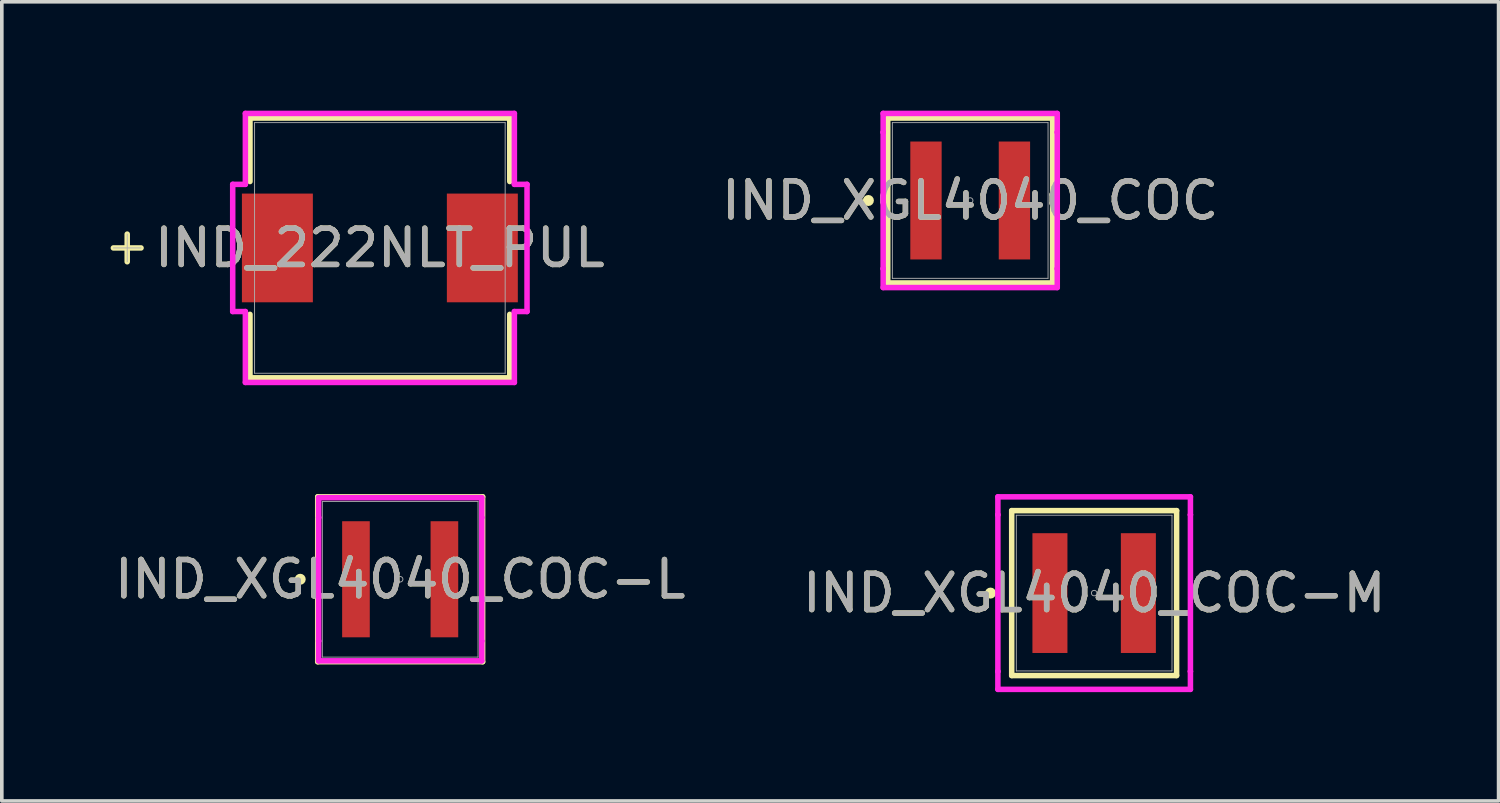
<source format=kicad_pcb>
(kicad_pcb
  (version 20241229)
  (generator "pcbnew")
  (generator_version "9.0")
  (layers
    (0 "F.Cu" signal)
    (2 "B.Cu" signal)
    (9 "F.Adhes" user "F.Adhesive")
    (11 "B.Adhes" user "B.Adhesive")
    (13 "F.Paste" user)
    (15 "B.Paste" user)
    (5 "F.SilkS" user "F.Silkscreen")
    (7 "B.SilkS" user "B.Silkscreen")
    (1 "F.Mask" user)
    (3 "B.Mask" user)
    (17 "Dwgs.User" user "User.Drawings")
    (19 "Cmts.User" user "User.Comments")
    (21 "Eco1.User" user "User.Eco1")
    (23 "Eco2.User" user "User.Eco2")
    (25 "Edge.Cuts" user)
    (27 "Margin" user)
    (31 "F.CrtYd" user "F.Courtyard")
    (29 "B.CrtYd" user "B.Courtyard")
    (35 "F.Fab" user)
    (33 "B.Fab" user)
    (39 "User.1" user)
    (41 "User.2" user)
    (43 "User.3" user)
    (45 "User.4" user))
  (footprint "IND_XGL4040_COC-L"
    (layer "F.Cu")
    (at 7.982 12.919)
    (property "Reference" "IND_XGL4040_COC-L" (at 0 0 0) (unlocked yes) (layer "F.SilkS") (effects (font (size 1 1) (thickness 0.15))))
    (attr smd)
    (fp_line (start -2.273 -2.273) (end -2.273 2.273) (stroke (width 0.152) (type solid)) (layer "F.SilkS"))
    (fp_line (start -2.273 2.273) (end 2.273 2.273) (stroke (width 0.152) (type solid)) (layer "F.SilkS"))
    (fp_line (start 2.273 -2.273) (end -2.273 -2.273) (stroke (width 0.152) (type solid)) (layer "F.SilkS"))
    (fp_line (start 2.273 2.273) (end 2.273 -2.273) (stroke (width 0.152) (type solid)) (layer "F.SilkS"))
    (fp_circle (center -2.756 0) (end -2.68 0) (stroke (width 0.152) (type solid)) (fill no) (layer "F.SilkS"))
    (fp_line (start -2.248 -2.248) (end 2.248 -2.248) (stroke (width 0.152) (type solid)) (layer "F.CrtYd"))
    (fp_line (start -2.248 -1.702) (end -2.248 -2.248) (stroke (width 0.152) (type solid)) (layer "F.CrtYd"))
    (fp_line (start -2.248 -1.702) (end -2.248 -1.702) (stroke (width 0.152) (type solid)) (layer "F.CrtYd"))
    (fp_line (start -2.248 1.702) (end -2.248 -1.702) (stroke (width 0.152) (type solid)) (layer "F.CrtYd"))
    (fp_line (start -2.248 1.702) (end -2.248 1.702) (stroke (width 0.152) (type solid)) (layer "F.CrtYd"))
    (fp_line (start -2.248 2.248) (end -2.248 1.702) (stroke (width 0.152) (type solid)) (layer "F.CrtYd"))
    (fp_line (start 2.248 -2.248) (end 2.248 -1.702) (stroke (width 0.152) (type solid)) (layer "F.CrtYd"))
    (fp_line (start 2.248 -1.702) (end 2.248 -1.702) (stroke (width 0.152) (type solid)) (layer "F.CrtYd"))
    (fp_line (start 2.248 -1.702) (end 2.248 1.702) (stroke (width 0.152) (type solid)) (layer "F.CrtYd"))
    (fp_line (start 2.248 1.702) (end 2.248 1.702) (stroke (width 0.152) (type solid)) (layer "F.CrtYd"))
    (fp_line (start 2.248 1.702) (end 2.248 2.248) (stroke (width 0.152) (type solid)) (layer "F.CrtYd"))
    (fp_line (start 2.248 2.248) (end -2.248 2.248) (stroke (width 0.152) (type solid)) (layer "F.CrtYd"))
    (fp_line (start -2.146 -2.146) (end -2.146 2.146) (stroke (width 0.025) (type solid)) (layer "F.Fab"))
    (fp_line (start -2.146 2.146) (end 2.146 2.146) (stroke (width 0.025) (type solid)) (layer "F.Fab"))
    (fp_line (start 2.146 -2.146) (end -2.146 -2.146) (stroke (width 0.025) (type solid)) (layer "F.Fab"))
    (fp_line (start 2.146 2.146) (end 2.146 -2.146) (stroke (width 0.025) (type solid)) (layer "F.Fab"))
    (fp_circle (center 0 0) (end 0.076 0) (stroke (width 0.025) (type solid)) (fill no) (layer "F.Fab"))
    (fp_text user "${REFERENCE}" (at 0 0 0) (unlocked yes) (layer "F.Fab") (effects (font (size 1 1) (thickness 0.15))))
    (pad "1" smd rect (at -1.219 0) (size 0.762 3.2) (layers "F.Cu" "F.Mask" "F.Paste"))
    (pad "2" smd rect (at 1.219 0) (size 0.762 3.2) (layers "F.Cu" "F.Mask" "F.Paste")))
  (footprint "IND_XGL4040_COC-M"
    (layer "F.Cu")
    (at 27.113 13.3)
    (property "Reference" "IND_XGL4040_COC-M" (at 0 0 0) (unlocked yes) (layer "F.SilkS") (effects (font (size 1 1) (thickness 0.15))))
    (attr smd)
    (fp_line (start -2.273 -2.273) (end -2.273 2.273) (stroke (width 0.152) (type solid)) (layer "F.SilkS"))
    (fp_line (start -2.273 2.273) (end 2.273 2.273) (stroke (width 0.152) (type solid)) (layer "F.SilkS"))
    (fp_line (start 2.273 -2.273) (end -2.273 -2.273) (stroke (width 0.152) (type solid)) (layer "F.SilkS"))
    (fp_line (start 2.273 2.273) (end 2.273 -2.273) (stroke (width 0.152) (type solid)) (layer "F.SilkS"))
    (fp_circle (center -2.857 0) (end -2.781 0) (stroke (width 0.152) (type solid)) (fill no) (layer "F.SilkS"))
    (fp_line (start -2.654 -2.654) (end 2.654 -2.654) (stroke (width 0.152) (type solid)) (layer "F.CrtYd"))
    (fp_line (start -2.654 -2.159) (end -2.654 -2.654) (stroke (width 0.152) (type solid)) (layer "F.CrtYd"))
    (fp_line (start -2.654 -2.159) (end -2.654 -2.159) (stroke (width 0.152) (type solid)) (layer "F.CrtYd"))
    (fp_line (start -2.654 2.159) (end -2.654 -2.159) (stroke (width 0.152) (type solid)) (layer "F.CrtYd"))
    (fp_line (start -2.654 2.159) (end -2.654 2.159) (stroke (width 0.152) (type solid)) (layer "F.CrtYd"))
    (fp_line (start -2.654 2.654) (end -2.654 2.159) (stroke (width 0.152) (type solid)) (layer "F.CrtYd"))
    (fp_line (start 2.654 -2.654) (end 2.654 -2.159) (stroke (width 0.152) (type solid)) (layer "F.CrtYd"))
    (fp_line (start 2.654 -2.159) (end 2.654 -2.159) (stroke (width 0.152) (type solid)) (layer "F.CrtYd"))
    (fp_line (start 2.654 -2.159) (end 2.654 2.159) (stroke (width 0.152) (type solid)) (layer "F.CrtYd"))
    (fp_line (start 2.654 2.159) (end 2.654 2.159) (stroke (width 0.152) (type solid)) (layer "F.CrtYd"))
    (fp_line (start 2.654 2.159) (end 2.654 2.654) (stroke (width 0.152) (type solid)) (layer "F.CrtYd"))
    (fp_line (start 2.654 2.654) (end -2.654 2.654) (stroke (width 0.152) (type solid)) (layer "F.CrtYd"))
    (fp_line (start -2.146 -2.146) (end -2.146 2.146) (stroke (width 0.025) (type solid)) (layer "F.Fab"))
    (fp_line (start -2.146 2.146) (end 2.146 2.146) (stroke (width 0.025) (type solid)) (layer "F.Fab"))
    (fp_line (start 2.146 -2.146) (end -2.146 -2.146) (stroke (width 0.025) (type solid)) (layer "F.Fab"))
    (fp_line (start 2.146 2.146) (end 2.146 -2.146) (stroke (width 0.025) (type solid)) (layer "F.Fab"))
    (fp_circle (center 0 0) (end 0.076 0) (stroke (width 0.025) (type solid)) (fill no) (layer "F.Fab"))
    (fp_text user "${REFERENCE}" (at 0 0 0) (unlocked yes) (layer "F.Fab") (effects (font (size 1 1) (thickness 0.15))))
    (pad "1" smd rect (at -1.219 0) (size 0.965 3.302) (layers "F.Cu" "F.Mask" "F.Paste"))
    (pad "2" smd rect (at 1.219 0) (size 0.965 3.302) (layers "F.Cu" "F.Mask" "F.Paste")))
  (footprint "IND_XGL4040_COC"
    (layer "F.Cu")
    (at 23.696 2.477)
    (property "Reference" "IND_XGL4040_COC" (at 0 0 0) (unlocked yes) (layer "F.SilkS") (effects (font (size 1 1) (thickness 0.15))))
    (attr smd)
    (fp_line (start -2.273 -2.273) (end -2.273 2.273) (stroke (width 0.152) (type solid)) (layer "F.SilkS"))
    (fp_line (start -2.273 2.273) (end 2.273 2.273) (stroke (width 0.152) (type solid)) (layer "F.SilkS"))
    (fp_line (start 2.273 -2.273) (end -2.273 -2.273) (stroke (width 0.152) (type solid)) (layer "F.SilkS"))
    (fp_line (start 2.273 2.273) (end 2.273 -2.273) (stroke (width 0.152) (type solid)) (layer "F.SilkS"))
    (fp_circle (center -2.807 0) (end -2.731 0) (stroke (width 0.152) (type solid)) (fill no) (layer "F.SilkS"))
    (fp_line (start -2.4 -2.4) (end 2.4 -2.4) (stroke (width 0.152) (type solid)) (layer "F.CrtYd"))
    (fp_line (start -2.4 -1.88) (end -2.4 -2.4) (stroke (width 0.152) (type solid)) (layer "F.CrtYd"))
    (fp_line (start -2.4 -1.88) (end -2.4 -1.88) (stroke (width 0.152) (type solid)) (layer "F.CrtYd"))
    (fp_line (start -2.4 1.88) (end -2.4 -1.88) (stroke (width 0.152) (type solid)) (layer "F.CrtYd"))
    (fp_line (start -2.4 1.88) (end -2.4 1.88) (stroke (width 0.152) (type solid)) (layer "F.CrtYd"))
    (fp_line (start -2.4 2.4) (end -2.4 1.88) (stroke (width 0.152) (type solid)) (layer "F.CrtYd"))
    (fp_line (start 2.4 -2.4) (end 2.4 -1.88) (stroke (width 0.152) (type solid)) (layer "F.CrtYd"))
    (fp_line (start 2.4 -1.88) (end 2.4 -1.88) (stroke (width 0.152) (type solid)) (layer "F.CrtYd"))
    (fp_line (start 2.4 -1.88) (end 2.4 1.88) (stroke (width 0.152) (type solid)) (layer "F.CrtYd"))
    (fp_line (start 2.4 1.88) (end 2.4 1.88) (stroke (width 0.152) (type solid)) (layer "F.CrtYd"))
    (fp_line (start 2.4 1.88) (end 2.4 2.4) (stroke (width 0.152) (type solid)) (layer "F.CrtYd"))
    (fp_line (start 2.4 2.4) (end -2.4 2.4) (stroke (width 0.152) (type solid)) (layer "F.CrtYd"))
    (fp_line (start -2.146 -2.146) (end -2.146 2.146) (stroke (width 0.025) (type solid)) (layer "F.Fab"))
    (fp_line (start -2.146 2.146) (end 2.146 2.146) (stroke (width 0.025) (type solid)) (layer "F.Fab"))
    (fp_line (start 2.146 -2.146) (end -2.146 -2.146) (stroke (width 0.025) (type solid)) (layer "F.Fab"))
    (fp_line (start 2.146 2.146) (end 2.146 -2.146) (stroke (width 0.025) (type solid)) (layer "F.Fab"))
    (fp_circle (center 0 0) (end 0.076 0) (stroke (width 0.025) (type solid)) (fill no) (layer "F.Fab"))
    (fp_text user "${REFERENCE}" (at 0 0 0) (unlocked yes) (layer "F.Fab") (effects (font (size 1 1) (thickness 0.15))))
    (pad "1" smd rect (at -1.219 0) (size 0.864 3.251) (layers "F.Cu" "F.Mask" "F.Paste"))
    (pad "2" smd rect (at 1.219 0) (size 0.864 3.251) (layers "F.Cu" "F.Mask" "F.Paste")))
  (footprint "IND_222NLT_PUL"
    (layer "F.Cu")
    (at 7.422 3.785)
    (property "Reference" "IND_222NLT_PUL" (at 0 0 0) (unlocked yes) (layer "F.SilkS") (effects (font (size 1 1) (thickness 0.15))))
    (attr smd)
    (fp_line (start -6.965 -0.381) (end -6.965 0.381) (stroke (width 0.152) (type solid)) (layer "F.SilkS"))
    (fp_line (start -6.584 0) (end -7.346 0) (stroke (width 0.152) (type solid)) (layer "F.SilkS"))
    (fp_line (start -3.581 -3.581) (end -3.581 -1.831) (stroke (width 0.152) (type solid)) (layer "F.SilkS"))
    (fp_line (start -3.581 1.831) (end -3.581 3.581) (stroke (width 0.152) (type solid)) (layer "F.SilkS"))
    (fp_line (start -3.581 3.581) (end 3.581 3.581) (stroke (width 0.152) (type solid)) (layer "F.SilkS"))
    (fp_line (start 3.581 -3.581) (end -3.581 -3.581) (stroke (width 0.152) (type solid)) (layer "F.SilkS"))
    (fp_line (start 3.581 -1.831) (end 3.581 -3.581) (stroke (width 0.152) (type solid)) (layer "F.SilkS"))
    (fp_line (start 3.581 3.581) (end 3.581 1.831) (stroke (width 0.152) (type solid)) (layer "F.SilkS"))
    (fp_line (start -4.057 -1.753) (end -3.708 -1.753) (stroke (width 0.152) (type solid)) (layer "F.CrtYd"))
    (fp_line (start -4.057 1.753) (end -4.057 -1.753) (stroke (width 0.152) (type solid)) (layer "F.CrtYd"))
    (fp_line (start -3.708 -3.708) (end 3.708 -3.708) (stroke (width 0.152) (type solid)) (layer "F.CrtYd"))
    (fp_line (start -3.708 -1.753) (end -3.708 -3.708) (stroke (width 0.152) (type solid)) (layer "F.CrtYd"))
    (fp_line (start -3.708 1.753) (end -4.057 1.753) (stroke (width 0.152) (type solid)) (layer "F.CrtYd"))
    (fp_line (start -3.708 3.708) (end -3.708 1.753) (stroke (width 0.152) (type solid)) (layer "F.CrtYd"))
    (fp_line (start 3.708 -3.708) (end 3.708 -1.753) (stroke (width 0.152) (type solid)) (layer "F.CrtYd"))
    (fp_line (start 3.708 -1.753) (end 4.057 -1.753) (stroke (width 0.152) (type solid)) (layer "F.CrtYd"))
    (fp_line (start 3.708 1.753) (end 3.708 3.708) (stroke (width 0.152) (type solid)) (layer "F.CrtYd"))
    (fp_line (start 3.708 3.708) (end -3.708 3.708) (stroke (width 0.152) (type solid)) (layer "F.CrtYd"))
    (fp_line (start 4.057 -1.753) (end 4.057 1.753) (stroke (width 0.152) (type solid)) (layer "F.CrtYd"))
    (fp_line (start 4.057 1.753) (end 3.708 1.753) (stroke (width 0.152) (type solid)) (layer "F.CrtYd"))
    (fp_line (start -6.965 -0.381) (end -6.965 0.381) (stroke (width 0.025) (type solid)) (layer "F.Fab"))
    (fp_line (start -6.584 0) (end -7.346 0) (stroke (width 0.025) (type solid)) (layer "F.Fab"))
    (fp_line (start -3.454 -3.454) (end -3.454 3.454) (stroke (width 0.025) (type solid)) (layer "F.Fab"))
    (fp_line (start -3.454 3.454) (end 3.454 3.454) (stroke (width 0.025) (type solid)) (layer "F.Fab"))
    (fp_line (start 3.454 -3.454) (end -3.454 -3.454) (stroke (width 0.025) (type solid)) (layer "F.Fab"))
    (fp_line (start 3.454 3.454) (end 3.454 -3.454) (stroke (width 0.025) (type solid)) (layer "F.Fab"))
    (fp_text user "${REFERENCE}" (at 0 0 0) (unlocked yes) (layer "F.Fab") (effects (font (size 1 1) (thickness 0.15))))
    (pad "1" smd rect (at -2.825 0) (size 1.956 2.997) (layers "F.Cu" "F.Mask" "F.Paste"))
    (pad "2" smd rect (at 2.825 0) (size 1.956 2.997) (layers "F.Cu" "F.Mask" "F.Paste"))
    (zone (net_name "") (layer "F.Cu") (hatch full 0.508) (connect_pads) (min_thickness 0.254) (filled_areas_thickness no) (keepout (tracks not_allowed) (vias not_allowed) (pads allowed) (copperpour not_allowed) (footprints allowed)) (placement (enabled no)) (fill) (polygon (pts (xy 4.019 0.381) (xy 10.826 0.381) (xy 10.826 2.235) (xy 4.019 2.235))))
    (zone (net_name "") (layer "F.Cu") (hatch full 0.508) (connect_pads) (min_thickness 0.254) (filled_areas_thickness no) (keepout (tracks not_allowed) (vias not_allowed) (pads allowed) (copperpour not_allowed) (footprints allowed)) (placement (enabled no)) (fill) (polygon (pts (xy 4.019 5.334) (xy 10.826 5.334) (xy 10.826 7.188) (xy 4.019 7.188))))
    (zone (net_name "") (layer "F.Cu") (hatch full 0.508) (connect_pads) (min_thickness 0.254) (filled_areas_thickness no) (keepout (tracks not_allowed) (vias not_allowed) (pads allowed) (copperpour not_allowed) (footprints allowed)) (placement (enabled no)) (fill) (polygon (pts (xy 5.372 2.235) (xy 9.473 2.235) (xy 9.473 5.334) (xy 5.372 5.334)))))
  (gr_rect
    (start -3 -3)
    (end 38.262 19.03)
    (stroke (width 0.1) (type default))
    (fill no)
    (layer "Edge.Cuts")))
</source>
